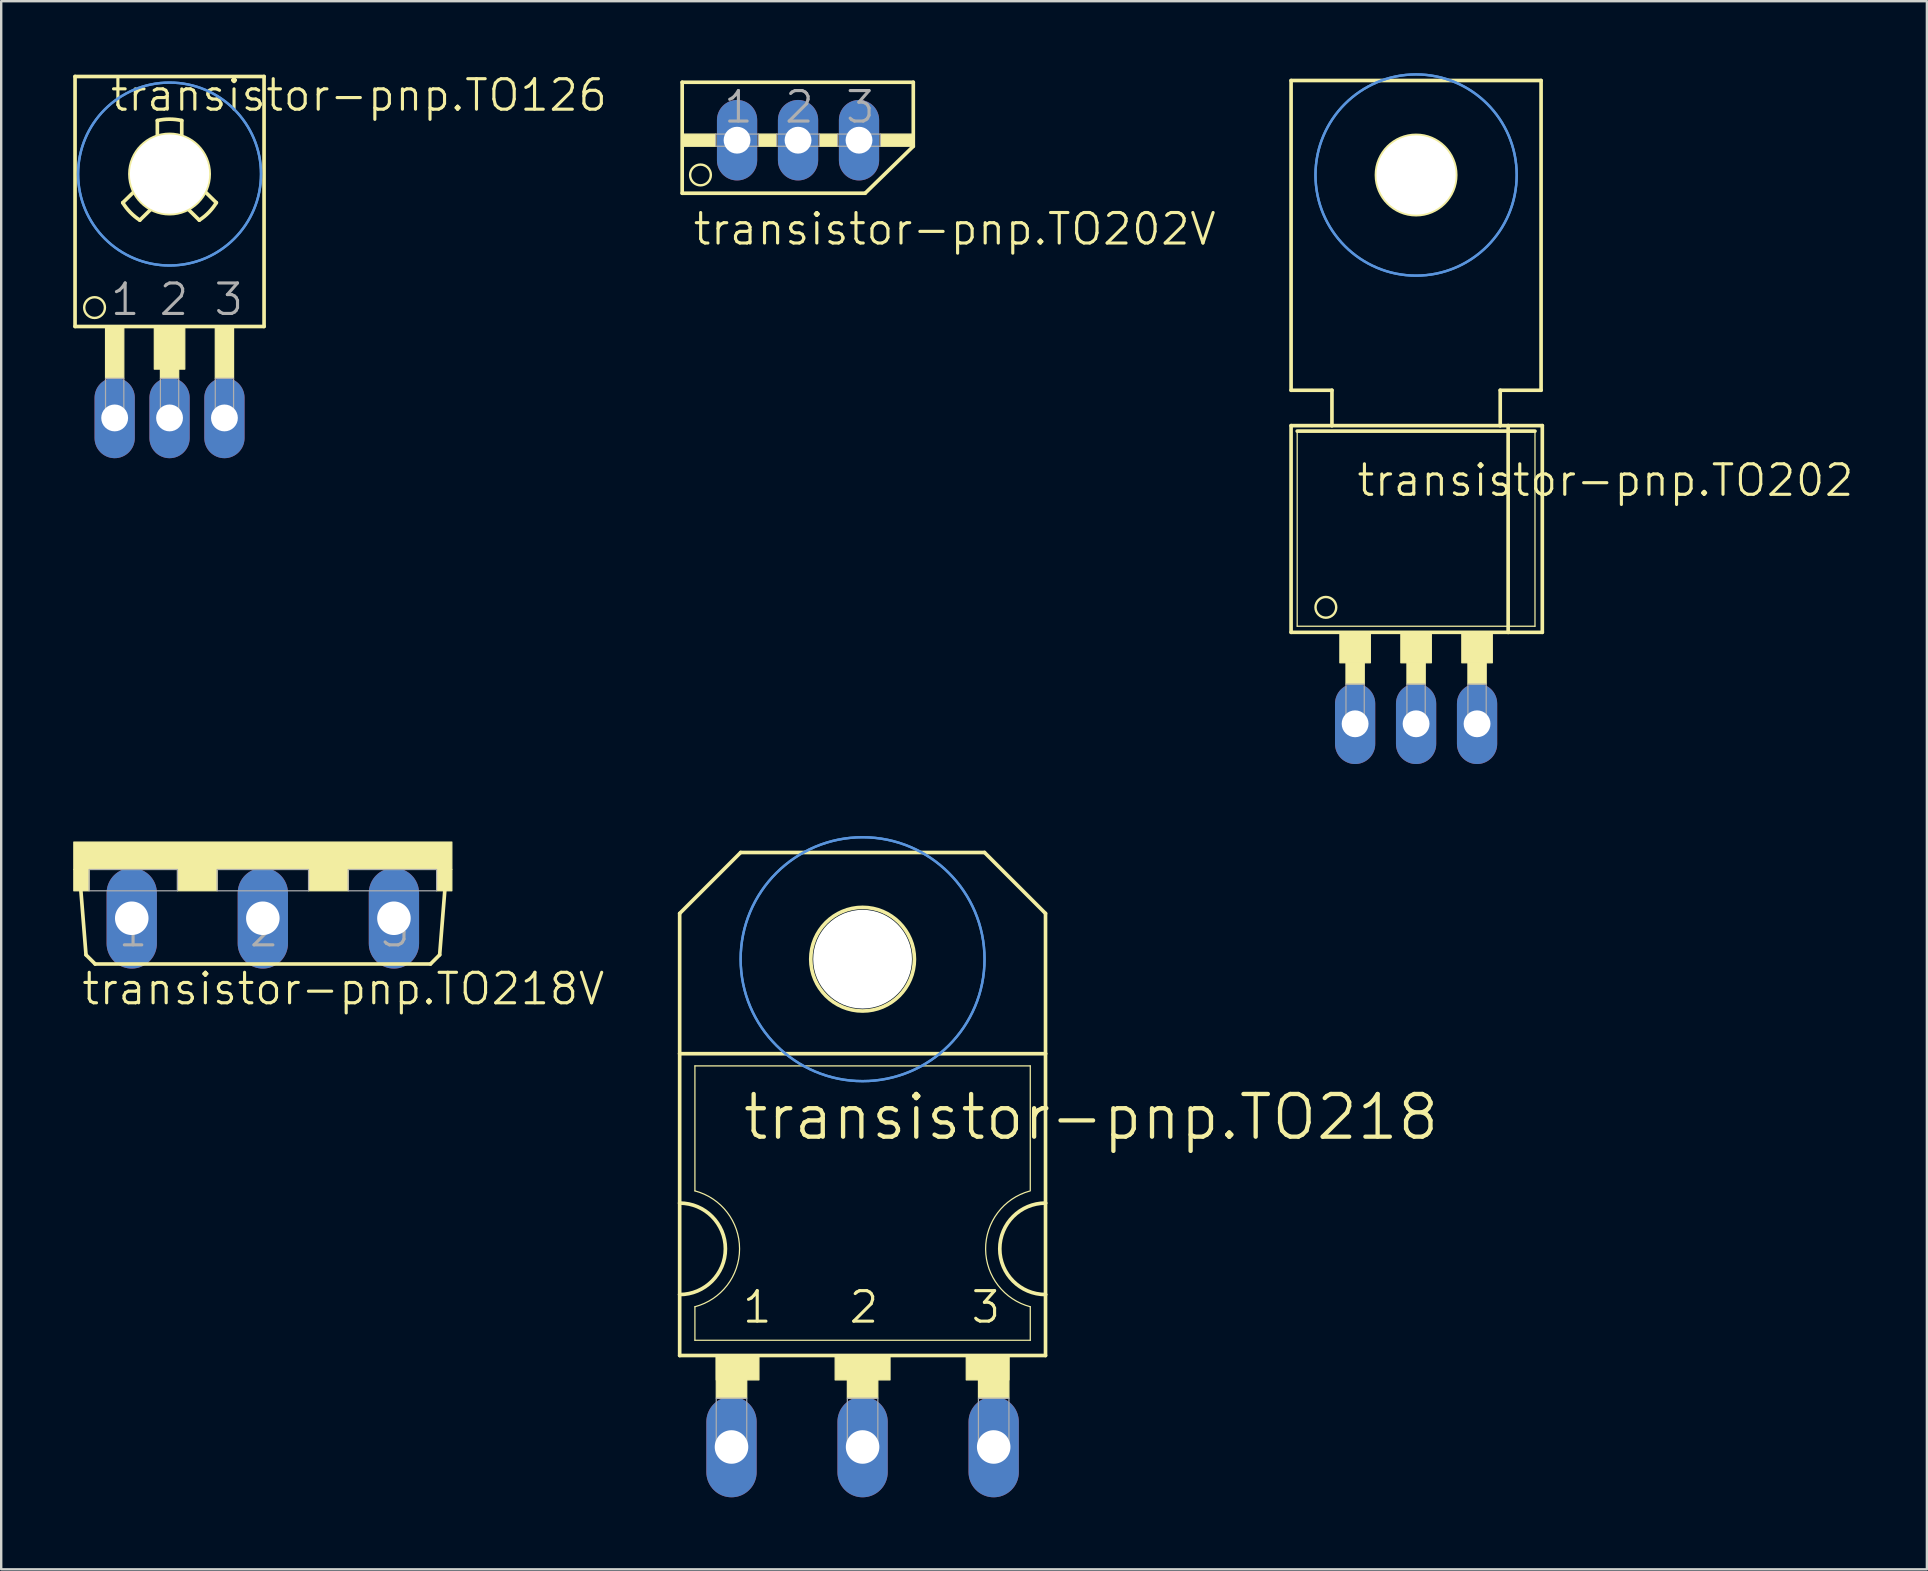
<source format=kicad_pcb>
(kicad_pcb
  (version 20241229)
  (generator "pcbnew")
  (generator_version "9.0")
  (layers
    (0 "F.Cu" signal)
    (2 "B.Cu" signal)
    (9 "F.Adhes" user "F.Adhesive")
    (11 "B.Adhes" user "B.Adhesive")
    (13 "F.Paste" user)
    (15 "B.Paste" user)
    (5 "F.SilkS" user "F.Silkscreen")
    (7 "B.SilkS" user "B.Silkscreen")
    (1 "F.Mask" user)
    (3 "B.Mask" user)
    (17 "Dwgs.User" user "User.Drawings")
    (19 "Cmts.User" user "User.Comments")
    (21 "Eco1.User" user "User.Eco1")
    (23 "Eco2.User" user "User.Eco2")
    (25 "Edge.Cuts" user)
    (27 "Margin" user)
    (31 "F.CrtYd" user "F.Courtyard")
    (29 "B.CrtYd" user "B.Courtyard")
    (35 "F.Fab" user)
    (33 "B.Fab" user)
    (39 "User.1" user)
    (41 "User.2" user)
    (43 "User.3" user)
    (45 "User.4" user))
  (footprint "transistor-pnp.TO218"
    (layer "F.Cu")
    (at 32.883 47.067)
    (property "Reference" "transistor-pnp.TO218" (at -5.08 -2.54 0) (layer "F.SilkS") (effects (font (size 1.778 1.778) (thickness 0.18)) (justify left bottom)))
    (attr through_hole)
    (fp_line (start -7.62 -12.065) (end -7.62 -6.223) (stroke (width 0.152) (type default)) (layer "F.SilkS"))
    (fp_line (start -7.62 -12.065) (end -5.08 -14.605) (stroke (width 0.152) (type default)) (layer "F.SilkS"))
    (fp_line (start -7.62 0) (end -7.62 -6.223) (stroke (width 0.152) (type default)) (layer "F.SilkS"))
    (fp_line (start -7.62 3.81) (end -7.62 0) (stroke (width 0.152) (type default)) (layer "F.SilkS"))
    (fp_line (start -7.62 6.35) (end -7.62 3.81) (stroke (width 0.152) (type default)) (layer "F.SilkS"))
    (fp_line (start -7.62 6.35) (end 7.62 6.35) (stroke (width 0.152) (type default)) (layer "F.SilkS"))
    (fp_line (start -6.985 -0.508) (end -6.985 -5.715) (stroke (width 0.051) (type default)) (layer "F.SilkS"))
    (fp_line (start -6.985 5.715) (end -6.985 4.318) (stroke (width 0.051) (type default)) (layer "F.SilkS"))
    (fp_line (start -6.985 5.715) (end 6.985 5.715) (stroke (width 0.051) (type default)) (layer "F.SilkS"))
    (fp_line (start 5.08 -14.605) (end -5.08 -14.605) (stroke (width 0.152) (type default)) (layer "F.SilkS"))
    (fp_line (start 6.985 -5.715) (end -6.985 -5.715) (stroke (width 0.051) (type default)) (layer "F.SilkS"))
    (fp_line (start 6.985 -0.508) (end 6.985 -5.715) (stroke (width 0.051) (type default)) (layer "F.SilkS"))
    (fp_line (start 6.985 5.715) (end 6.985 4.318) (stroke (width 0.051) (type default)) (layer "F.SilkS"))
    (fp_line (start 7.62 -12.065) (end 5.08 -14.605) (stroke (width 0.152) (type default)) (layer "F.SilkS"))
    (fp_line (start 7.62 -12.065) (end 7.62 -6.223) (stroke (width 0.152) (type default)) (layer "F.SilkS"))
    (fp_line (start 7.62 -6.223) (end -7.62 -6.223) (stroke (width 0.152) (type default)) (layer "F.SilkS"))
    (fp_line (start 7.62 -6.223) (end 7.62 0) (stroke (width 0.152) (type default)) (layer "F.SilkS"))
    (fp_line (start 7.62 0) (end 7.62 3.81) (stroke (width 0.152) (type default)) (layer "F.SilkS"))
    (fp_line (start 7.62 3.81) (end 7.62 6.35) (stroke (width 0.152) (type default)) (layer "F.SilkS"))
    (fp_rect (start -6.096 7.366) (end -4.318 6.35) (stroke (width 0.05) (type default)) (fill yes) (layer "F.SilkS"))
    (fp_rect (start -6.096 8.128) (end -4.826 6.35) (stroke (width 0.05) (type default)) (fill yes) (layer "F.SilkS"))
    (fp_rect (start -1.143 7.366) (end 1.143 6.35) (stroke (width 0.05) (type default)) (fill yes) (layer "F.SilkS"))
    (fp_rect (start -0.635 8.128) (end 0.635 6.35) (stroke (width 0.05) (type default)) (fill yes) (layer "F.SilkS"))
    (fp_rect (start 4.318 7.366) (end 6.096 6.35) (stroke (width 0.05) (type default)) (fill yes) (layer "F.SilkS"))
    (fp_rect (start 4.826 8.128) (end 6.096 6.35) (stroke (width 0.05) (type default)) (fill yes) (layer "F.SilkS"))
    (fp_arc (start -7.62 0) (mid -5.715 1.905) (end -7.62 3.81) (stroke (width 0.1524) (type default)) (layer "F.SilkS"))
    (fp_arc (start -6.985 -0.508) (mid -5.124844 1.905) (end -6.985 4.318) (stroke (width 0.0508) (type default)) (layer "F.SilkS"))
    (fp_arc (start 6.9851 4.3178) (mid 5.125035 1.921942) (end 6.9522 -0.4991) (stroke (width 0.0508) (type default)) (layer "F.SilkS"))
    (fp_arc (start 7.62 3.81) (mid 5.715 1.905) (end 7.62 0) (stroke (width 0.1524) (type default)) (layer "F.SilkS"))
    (fp_circle (center 0 -10.16) (end 2.159 -10.16) (stroke (width 0.152) (type default)) (fill no) (layer "F.SilkS"))
    (fp_circle (center 0 -10.16) (end 5.08 -10.16) (stroke (width 0.1) (type default)) (fill no) (layer "Cmts.User"))
    (fp_circle (center 0 -10.16) (end 5.08 -10.16) (stroke (width 0.1) (type default)) (fill no) (layer "Cmts.User"))
    (fp_rect (start -6.096 10.287) (end -4.826 8.128) (stroke (width 0.05) (type default)) (fill no) (layer "F.Fab"))
    (fp_rect (start -0.635 10.287) (end 0.635 8.128) (stroke (width 0.05) (type default)) (fill no) (layer "F.Fab"))
    (fp_rect (start 4.826 10.287) (end 6.096 8.128) (stroke (width 0.05) (type default)) (fill no) (layer "F.Fab"))
    (fp_text user "2" (at -0.635 5.08 0) (layer "F.SilkS") (effects (font (size 1.27 1.27) (thickness 0.13)) (justify left bottom)))
    (fp_text user "1" (at -5.08 5.08 0) (layer "F.SilkS") (effects (font (size 1.27 1.27) (thickness 0.13)) (justify left bottom)))
    (fp_text user "3" (at 4.445 5.08 0) (layer "F.SilkS") (effects (font (size 1.27 1.27) (thickness 0.13)) (justify left bottom)))
    (pad "" np_thru_hole circle (at 0 -10.16) (size 4.115 4.115) (drill 4.115) (layers "*.Cu" "*.Mask"))
    (pad "1" thru_hole oval (at -5.461 10.16 90) (size 4.191 2.095) (drill 1.397) (layers "*.Cu" "*.Mask"))
    (pad "2" thru_hole oval (at 0 10.16 90) (size 4.191 2.095) (drill 1.397) (layers "*.Cu" "*.Mask"))
    (pad "3" thru_hole oval (at 5.461 10.16 90) (size 4.191 2.095) (drill 1.397) (layers "*.Cu" "*.Mask")))
  (footprint "transistor-pnp.TO126"
    (layer "F.Cu")
    (at 4.013 9.28)
    (property "Reference" "transistor-pnp.TO126" (at -2.54 -7.62 0) (layer "F.SilkS") (effects (font (size 1.27 1.27) (thickness 0.13)) (justify left bottom)))
    (attr through_hole)
    (fp_line (start -3.937 -9.144) (end 3.937 -9.144) (stroke (width 0.152) (type default)) (layer "F.SilkS"))
    (fp_line (start -3.937 1.27) (end -3.937 -9.144) (stroke (width 0.152) (type default)) (layer "F.SilkS"))
    (fp_line (start -3.937 1.27) (end 3.937 1.27) (stroke (width 0.152) (type default)) (layer "F.SilkS"))
    (fp_line (start -1.479 -4.346) (end -1.949 -3.886) (stroke (width 0.152) (type default)) (layer "F.SilkS"))
    (fp_line (start -0.769 -3.619) (end -1.239 -3.159) (stroke (width 0.152) (type default)) (layer "F.SilkS"))
    (fp_line (start -0.508 -6.651) (end -0.508 -7.309) (stroke (width 0.152) (type default)) (layer "F.SilkS"))
    (fp_line (start 0.508 -6.651) (end 0.508 -7.309) (stroke (width 0.152) (type default)) (layer "F.SilkS"))
    (fp_line (start 0.769 -3.619) (end 1.239 -3.159) (stroke (width 0.152) (type default)) (layer "F.SilkS"))
    (fp_line (start 1.479 -4.346) (end 1.949 -3.886) (stroke (width 0.152) (type default)) (layer "F.SilkS"))
    (fp_line (start 3.937 -9.144) (end 3.937 1.27) (stroke (width 0.152) (type default)) (layer "F.SilkS"))
    (fp_rect (start -2.667 3.429) (end -1.905 1.27) (stroke (width 0.05) (type default)) (fill yes) (layer "F.SilkS"))
    (fp_rect (start -0.635 3.048) (end 0.635 1.27) (stroke (width 0.05) (type default)) (fill yes) (layer "F.SilkS"))
    (fp_rect (start -0.381 3.429) (end 0.381 1.27) (stroke (width 0.05) (type default)) (fill yes) (layer "F.SilkS"))
    (fp_rect (start 1.905 3.429) (end 2.667 1.27) (stroke (width 0.05) (type default)) (fill yes) (layer "F.SilkS"))
    (fp_arc (start -1.239 -3.1593) (mid -1.634881 -3.482709) (end -1.949 -3.886) (stroke (width 0.1524) (type default)) (layer "F.SilkS"))
    (fp_arc (start -0.508 -7.309) (mid 0 -7.36616) (end 0.508 -7.309) (stroke (width 0.1524) (type default)) (layer "F.SilkS"))
    (fp_arc (start 1.949 -3.8857) (mid 1.634881 -3.482409) (end 1.239 -3.159) (stroke (width 0.1524) (type default)) (layer "F.SilkS"))
    (fp_circle (center -3.124 0.483) (end -2.692 0.483) (stroke (width 0.1) (type default)) (fill no) (layer "F.SilkS"))
    (fp_circle (center 0 -5.08) (end 1.651 -5.08) (stroke (width 0.152) (type default)) (fill no) (layer "F.SilkS"))
    (fp_circle (center 0 -5.08) (end 3.81 -5.08) (stroke (width 0.1) (type default)) (fill no) (layer "Cmts.User"))
    (fp_circle (center 0 -5.08) (end 3.81 -5.08) (stroke (width 0.1) (type default)) (fill no) (layer "Cmts.User"))
    (fp_rect (start -2.667 5.207) (end -1.905 3.429) (stroke (width 0.05) (type default)) (fill no) (layer "F.Fab"))
    (fp_rect (start -0.381 5.207) (end 0.381 3.429) (stroke (width 0.05) (type default)) (fill no) (layer "F.Fab"))
    (fp_rect (start 1.905 5.207) (end 2.667 3.429) (stroke (width 0.05) (type default)) (fill no) (layer "F.Fab"))
    (fp_text user "1" (at -2.54 0.889 0) (layer "F.Fab") (effects (font (size 1.27 1.27) (thickness 0.13)) (justify left bottom)))
    (fp_text user "2" (at -0.508 0.889 0) (layer "F.Fab") (effects (font (size 1.27 1.27) (thickness 0.13)) (justify left bottom)))
    (fp_text user "3" (at 1.778 0.889 0) (layer "F.Fab") (effects (font (size 1.27 1.27) (thickness 0.13)) (justify left bottom)))
    (pad "" np_thru_hole circle (at 0 -5.08) (size 3.302 3.302) (drill 3.302) (layers "*.Cu" "*.Mask"))
    (pad "1" thru_hole oval (at -2.286 5.08 90) (size 3.353 1.676) (drill 1.118) (layers "*.Cu" "*.Mask"))
    (pad "2" thru_hole oval (at 0 5.08 90) (size 3.353 1.676) (drill 1.118) (layers "*.Cu" "*.Mask"))
    (pad "3" thru_hole oval (at 2.286 5.08 90) (size 3.353 1.676) (drill 1.118) (layers "*.Cu" "*.Mask")))
  (footprint "transistor-pnp.TO202V"
    (layer "F.Cu")
    (at 30.194 0.25)
    (property "Reference" "transistor-pnp.TO202V" (at -4.445 6.985 0) (layer "F.SilkS") (effects (font (size 1.27 1.27) (thickness 0.13)) (justify left bottom)))
    (attr through_hole)
    (fp_line (start -4.826 0.127) (end 4.801 0.127) (stroke (width 0.152) (type default)) (layer "F.SilkS"))
    (fp_line (start -4.826 4.75) (end -4.826 0.127) (stroke (width 0.152) (type default)) (layer "F.SilkS"))
    (fp_line (start -4.826 4.75) (end 2.794 4.75) (stroke (width 0.152) (type default)) (layer "F.SilkS"))
    (fp_line (start 2.794 4.75) (end 4.801 2.794) (stroke (width 0.152) (type default)) (layer "F.SilkS"))
    (fp_line (start 4.801 0.127) (end 4.801 2.794) (stroke (width 0.152) (type default)) (layer "F.SilkS"))
    (fp_rect (start -4.826 2.794) (end -3.429 2.286) (stroke (width 0.05) (type default)) (fill yes) (layer "F.SilkS"))
    (fp_rect (start -1.651 2.794) (end -0.889 2.286) (stroke (width 0.05) (type default)) (fill yes) (layer "F.SilkS"))
    (fp_rect (start 0.889 2.794) (end 1.651 2.286) (stroke (width 0.05) (type default)) (fill yes) (layer "F.SilkS"))
    (fp_rect (start 3.429 2.794) (end 4.826 2.286) (stroke (width 0.05) (type default)) (fill yes) (layer "F.SilkS"))
    (fp_circle (center -4.064 3.988) (end -3.632 3.988) (stroke (width 0.1) (type default)) (fill no) (layer "F.SilkS"))
    (fp_rect (start -3.429 2.794) (end -1.651 2.286) (stroke (width 0.05) (type default)) (fill no) (layer "F.Fab"))
    (fp_rect (start -0.889 2.794) (end 0.889 2.286) (stroke (width 0.05) (type default)) (fill no) (layer "F.Fab"))
    (fp_rect (start 1.651 2.794) (end 3.429 2.286) (stroke (width 0.05) (type default)) (fill no) (layer "F.Fab"))
    (fp_text user "2" (at -0.635 1.905 0) (layer "F.Fab") (effects (font (size 1.27 1.27) (thickness 0.13)) (justify left bottom)))
    (fp_text user "3" (at 1.905 1.905 0) (layer "F.Fab") (effects (font (size 1.27 1.27) (thickness 0.13)) (justify left bottom)))
    (fp_text user "1" (at -3.175 1.905 0) (layer "F.Fab") (effects (font (size 1.27 1.27) (thickness 0.13)) (justify left bottom)))
    (pad "1" thru_hole oval (at -2.54 2.54 90) (size 3.353 1.676) (drill 1.118) (layers "*.Cu" "*.Mask"))
    (pad "2" thru_hole oval (at 0 2.54 90) (size 3.353 1.676) (drill 1.118) (layers "*.Cu" "*.Mask"))
    (pad "3" thru_hole oval (at 2.54 2.54 90) (size 3.353 1.676) (drill 1.118) (layers "*.Cu" "*.Mask")))
  (footprint "transistor-pnp.TO202"
    (layer "F.Cu")
    (at 55.94 22.021)
    (property "Reference" "transistor-pnp.TO202" (at -2.54 -4.318 0) (layer "F.SilkS") (effects (font (size 1.27 1.27) (thickness 0.13)) (justify left bottom)))
    (attr through_hole)
    (fp_line (start -5.207 -21.717) (end -5.207 -8.814) (stroke (width 0.152) (type default)) (layer "F.SilkS"))
    (fp_line (start -5.207 -7.341) (end -3.505 -7.341) (stroke (width 0.152) (type default)) (layer "F.SilkS"))
    (fp_line (start -5.207 1.27) (end -5.207 -7.341) (stroke (width 0.152) (type default)) (layer "F.SilkS"))
    (fp_line (start -5.207 1.27) (end 3.835 1.27) (stroke (width 0.152) (type default)) (layer "F.SilkS"))
    (fp_line (start -4.953 1.016) (end -4.953 -7.112) (stroke (width 0.051) (type default)) (layer "F.SilkS"))
    (fp_line (start -4.953 1.016) (end 4.953 1.016) (stroke (width 0.051) (type default)) (layer "F.SilkS"))
    (fp_line (start -3.505 -8.814) (end -5.207 -8.814) (stroke (width 0.152) (type default)) (layer "F.SilkS"))
    (fp_line (start -3.505 -7.341) (end -3.505 -8.814) (stroke (width 0.152) (type default)) (layer "F.SilkS"))
    (fp_line (start -3.505 -7.341) (end 3.505 -7.341) (stroke (width 0.152) (type default)) (layer "F.SilkS"))
    (fp_line (start 3.505 -8.814) (end 3.505 -7.341) (stroke (width 0.152) (type default)) (layer "F.SilkS"))
    (fp_line (start 3.505 -7.341) (end 3.835 -7.341) (stroke (width 0.152) (type default)) (layer "F.SilkS"))
    (fp_line (start 3.835 -7.341) (end 5.258 -7.341) (stroke (width 0.152) (type default)) (layer "F.SilkS"))
    (fp_line (start 3.835 1.27) (end 3.835 -7.341) (stroke (width 0.152) (type default)) (layer "F.SilkS"))
    (fp_line (start 3.835 1.27) (end 5.258 1.27) (stroke (width 0.152) (type default)) (layer "F.SilkS"))
    (fp_line (start 4.953 -7.112) (end -4.953 -7.112) (stroke (width 0.152) (type default)) (layer "F.SilkS"))
    (fp_line (start 4.953 -7.112) (end 4.953 1.016) (stroke (width 0.051) (type default)) (layer "F.SilkS"))
    (fp_line (start 5.207 -21.717) (end -5.207 -21.717) (stroke (width 0.152) (type default)) (layer "F.SilkS"))
    (fp_line (start 5.207 -21.717) (end 5.207 -8.814) (stroke (width 0.152) (type default)) (layer "F.SilkS"))
    (fp_line (start 5.207 -8.814) (end 3.505 -8.814) (stroke (width 0.152) (type default)) (layer "F.SilkS"))
    (fp_line (start 5.258 1.27) (end 5.258 -7.341) (stroke (width 0.152) (type default)) (layer "F.SilkS"))
    (fp_rect (start -3.175 2.54) (end -1.905 1.27) (stroke (width 0.05) (type default)) (fill yes) (layer "F.SilkS"))
    (fp_rect (start -2.921 3.429) (end -2.159 2.54) (stroke (width 0.05) (type default)) (fill yes) (layer "F.SilkS"))
    (fp_rect (start -0.635 2.54) (end 0.635 1.27) (stroke (width 0.05) (type default)) (fill yes) (layer "F.SilkS"))
    (fp_rect (start -0.381 3.429) (end 0.381 2.54) (stroke (width 0.05) (type default)) (fill yes) (layer "F.SilkS"))
    (fp_rect (start 1.905 2.54) (end 3.175 1.27) (stroke (width 0.05) (type default)) (fill yes) (layer "F.SilkS"))
    (fp_rect (start 2.159 3.429) (end 2.921 2.54) (stroke (width 0.05) (type default)) (fill yes) (layer "F.SilkS"))
    (fp_circle (center -3.759 0.229) (end -3.327 0.229) (stroke (width 0.1) (type default)) (fill no) (layer "F.SilkS"))
    (fp_circle (center 0 -17.78) (end 1.651 -17.78) (stroke (width 0.152) (type default)) (fill no) (layer "F.SilkS"))
    (fp_circle (center 0 -17.78) (end 4.191 -17.78) (stroke (width 0.1) (type default)) (fill no) (layer "Cmts.User"))
    (fp_circle (center 0 -17.78) (end 4.191 -17.78) (stroke (width 0.1) (type default)) (fill no) (layer "Cmts.User"))
    (fp_rect (start -2.921 5.08) (end -2.159 3.429) (stroke (width 0.05) (type default)) (fill no) (layer "F.Fab"))
    (fp_rect (start -0.381 5.08) (end 0.381 3.429) (stroke (width 0.05) (type default)) (fill no) (layer "F.Fab"))
    (fp_rect (start 2.159 5.08) (end 2.921 3.429) (stroke (width 0.05) (type default)) (fill no) (layer "F.Fab"))
    (pad "" np_thru_hole circle (at 0 -17.78) (size 3.302 3.302) (drill 3.302) (layers "*.Cu" "*.Mask"))
    (pad "1" thru_hole oval (at -2.54 5.08 90) (size 3.353 1.676) (drill 1.118) (layers "*.Cu" "*.Mask"))
    (pad "2" thru_hole oval (at 0 5.08 90) (size 3.353 1.676) (drill 1.118) (layers "*.Cu" "*.Mask"))
    (pad "3" thru_hole oval (at 2.54 5.08 90) (size 3.353 1.676) (drill 1.118) (layers "*.Cu" "*.Mask")))
  (footprint "transistor-pnp.TO218V"
    (layer "F.Cu")
    (at 7.899 32.027)
    (property "Reference" "transistor-pnp.TO218V" (at -7.62 6.858 0) (layer "F.SilkS") (effects (font (size 1.27 1.27) (thickness 0.13)) (justify left bottom)))
    (attr through_hole)
    (fp_line (start -7.366 4.699) (end -7.62 1.524) (stroke (width 0.152) (type default)) (layer "F.SilkS"))
    (fp_line (start -6.985 5.08) (end -7.366 4.699) (stroke (width 0.152) (type default)) (layer "F.SilkS"))
    (fp_line (start -6.985 5.08) (end 6.985 5.08) (stroke (width 0.152) (type default)) (layer "F.SilkS"))
    (fp_line (start 6.985 5.08) (end 7.366 4.699) (stroke (width 0.152) (type default)) (layer "F.SilkS"))
    (fp_line (start 7.366 4.699) (end 7.62 1.524) (stroke (width 0.152) (type default)) (layer "F.SilkS"))
    (fp_rect (start -7.874 1.143) (end 7.874 0) (stroke (width 0.05) (type default)) (fill yes) (layer "F.SilkS"))
    (fp_rect (start -7.874 2.032) (end -7.239 1.143) (stroke (width 0.05) (type default)) (fill yes) (layer "F.SilkS"))
    (fp_rect (start -3.556 2.032) (end -1.905 1.143) (stroke (width 0.05) (type default)) (fill yes) (layer "F.SilkS"))
    (fp_rect (start 1.905 2.032) (end 3.556 1.143) (stroke (width 0.05) (type default)) (fill yes) (layer "F.SilkS"))
    (fp_rect (start 7.239 2.032) (end 7.874 1.143) (stroke (width 0.05) (type default)) (fill yes) (layer "F.SilkS"))
    (fp_rect (start -7.239 2.032) (end -3.556 1.143) (stroke (width 0.05) (type default)) (fill no) (layer "F.Fab"))
    (fp_rect (start -1.905 2.032) (end 1.905 1.143) (stroke (width 0.05) (type default)) (fill no) (layer "F.Fab"))
    (fp_rect (start 3.556 2.032) (end 7.239 1.143) (stroke (width 0.05) (type default)) (fill no) (layer "F.Fab"))
    (fp_text user "3" (at 4.826 4.445 0) (layer "F.Fab") (effects (font (size 1.27 1.27) (thickness 0.13)) (justify left bottom)))
    (fp_text user "1" (at -6.096 4.445 0) (layer "F.Fab") (effects (font (size 1.27 1.27) (thickness 0.13)) (justify left bottom)))
    (fp_text user "2" (at -0.635 4.445 0) (layer "F.Fab") (effects (font (size 1.27 1.27) (thickness 0.13)) (justify left bottom)))
    (pad "1" thru_hole oval (at -5.461 3.175 90) (size 4.191 2.095) (drill 1.397) (layers "*.Cu" "*.Mask"))
    (pad "2" thru_hole oval (at 0 3.175 90) (size 4.191 2.095) (drill 1.397) (layers "*.Cu" "*.Mask"))
    (pad "3" thru_hole oval (at 5.461 3.175 90) (size 4.191 2.095) (drill 1.397) (layers "*.Cu" "*.Mask")))
  (gr_rect
    (start -3 -3)
    (end 77.219 62.323)
    (stroke (width 0.1) (type default))
    (fill no)
    (layer "Edge.Cuts")))
</source>
